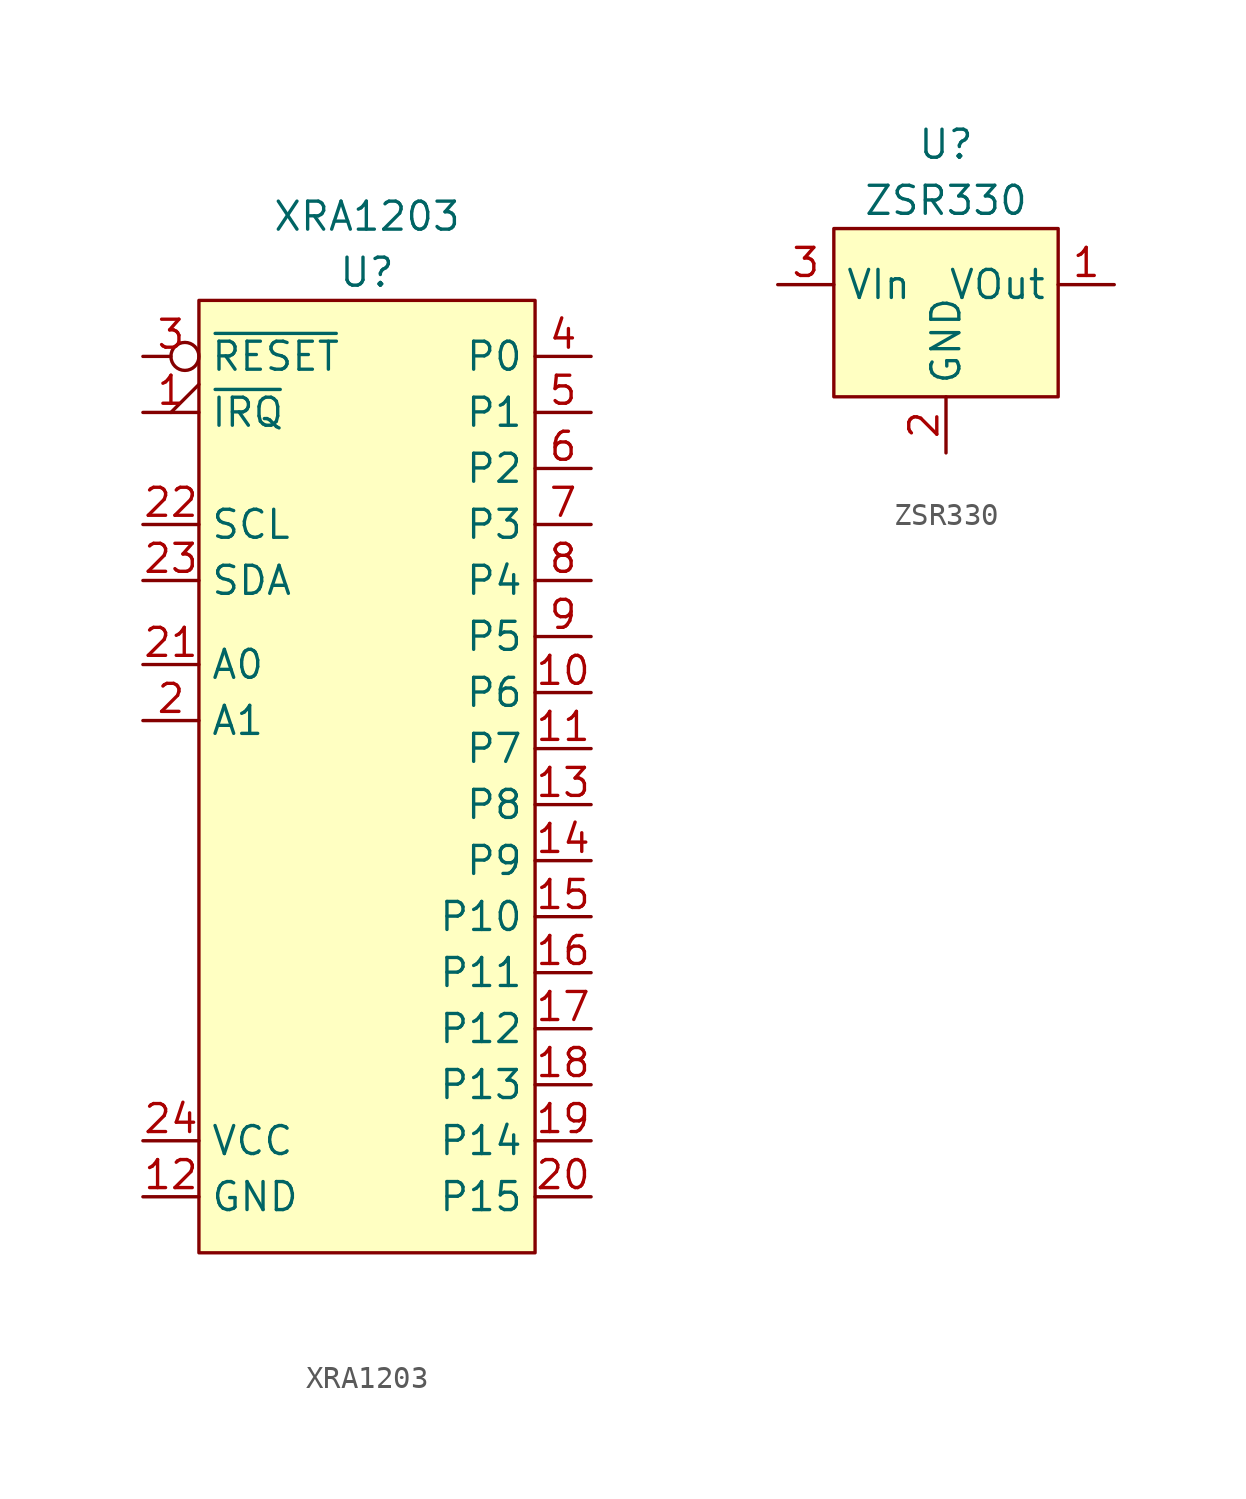
<source format=kicad_sym>
(kicad_symbol_lib
  (version 20211014)
  (generator kicad_symbol_editor)
  (symbol "XRA1203"
    (property "Reference" "U"
      (at 0 1.27 0)
      (effects (font (size 1.27 1.27))))
    (property "Value" "XRA1203"
      (at 0 3.81 0)
      (effects (font (size 1.27 1.27))))
    (symbol "XRA1203_0_1"
      (rectangle (start -7.62 0) (end 7.62 -43.18) (stroke (width 0) (type default) (color 0 0 0 0)) (fill (type background))))
    (symbol "XRA1203_1_1"
      (pin output output_low (at -10.16 -5.08 0) (length 2.54) (name "~{IRQ}" (effects (font (size 1.27 1.27)))) (number "1" (effects (font (size 1.27 1.27)))))
      (pin bidirectional line (at 10.16 -17.78 180) (length 2.54) (name "P6" (effects (font (size 1.27 1.27)))) (number "10" (effects (font (size 1.27 1.27)))))
      (pin bidirectional line (at 10.16 -20.32 180) (length 2.54) (name "P7" (effects (font (size 1.27 1.27)))) (number "11" (effects (font (size 1.27 1.27)))))
      (pin power_in line (at -10.16 -40.64 0) (length 2.54) (name "GND" (effects (font (size 1.27 1.27)))) (number "12" (effects (font (size 1.27 1.27)))))
      (pin bidirectional line (at 10.16 -22.86 180) (length 2.54) (name "P8" (effects (font (size 1.27 1.27)))) (number "13" (effects (font (size 1.27 1.27)))))
      (pin bidirectional line (at 10.16 -25.4 180) (length 2.54) (name "P9" (effects (font (size 1.27 1.27)))) (number "14" (effects (font (size 1.27 1.27)))))
      (pin bidirectional line (at 10.16 -27.94 180) (length 2.54) (name "P10" (effects (font (size 1.27 1.27)))) (number "15" (effects (font (size 1.27 1.27)))))
      (pin bidirectional line (at 10.16 -30.48 180) (length 2.54) (name "P11" (effects (font (size 1.27 1.27)))) (number "16" (effects (font (size 1.27 1.27)))))
      (pin bidirectional line (at 10.16 -33.02 180) (length 2.54) (name "P12" (effects (font (size 1.27 1.27)))) (number "17" (effects (font (size 1.27 1.27)))))
      (pin bidirectional line (at 10.16 -35.56 180) (length 2.54) (name "P13" (effects (font (size 1.27 1.27)))) (number "18" (effects (font (size 1.27 1.27)))))
      (pin bidirectional line (at 10.16 -38.1 180) (length 2.54) (name "P14" (effects (font (size 1.27 1.27)))) (number "19" (effects (font (size 1.27 1.27)))))
      (pin input line (at -10.16 -19.05 0) (length 2.54) (name "A1" (effects (font (size 1.27 1.27)))) (number "2" (effects (font (size 1.27 1.27)))))
      (pin bidirectional line (at 10.16 -40.64 180) (length 2.54) (name "P15" (effects (font (size 1.27 1.27)))) (number "20" (effects (font (size 1.27 1.27)))))
      (pin input line (at -10.16 -16.51 0) (length 2.54) (name "A0" (effects (font (size 1.27 1.27)))) (number "21" (effects (font (size 1.27 1.27)))))
      (pin bidirectional line (at -10.16 -10.16 0) (length 2.54) (name "SCL" (effects (font (size 1.27 1.27)))) (number "22" (effects (font (size 1.27 1.27)))))
      (pin bidirectional line (at -10.16 -12.7 0) (length 2.54) (name "SDA" (effects (font (size 1.27 1.27)))) (number "23" (effects (font (size 1.27 1.27)))))
      (pin power_in line (at -10.16 -38.1 0) (length 2.54) (name "VCC" (effects (font (size 1.27 1.27)))) (number "24" (effects (font (size 1.27 1.27)))))
      (pin input inverted (at -10.16 -2.54 0) (length 2.54) (name "~{RESET}" (effects (font (size 1.27 1.27)))) (number "3" (effects (font (size 1.27 1.27)))))
      (pin bidirectional line (at 10.16 -2.54 180) (length 2.54) (name "P0" (effects (font (size 1.27 1.27)))) (number "4" (effects (font (size 1.27 1.27)))))
      (pin bidirectional line (at 10.16 -5.08 180) (length 2.54) (name "P1" (effects (font (size 1.27 1.27)))) (number "5" (effects (font (size 1.27 1.27)))))
      (pin bidirectional line (at 10.16 -7.62 180) (length 2.54) (name "P2" (effects (font (size 1.27 1.27)))) (number "6" (effects (font (size 1.27 1.27)))))
      (pin bidirectional line (at 10.16 -10.16 180) (length 2.54) (name "P3" (effects (font (size 1.27 1.27)))) (number "7" (effects (font (size 1.27 1.27)))))
      (pin bidirectional line (at 10.16 -12.7 180) (length 2.54) (name "P4" (effects (font (size 1.27 1.27)))) (number "8" (effects (font (size 1.27 1.27)))))
      (pin bidirectional line (at 10.16 -15.24 180) (length 2.54) (name "P5" (effects (font (size 1.27 1.27)))) (number "9" (effects (font (size 1.27 1.27)))))))
  (symbol "ZSR330"
    (property "Reference" "U"
      (at 0 3.81 0)
      (effects (font (size 1.27 1.27))))
    (property "Value" "ZSR330"
      (at 0 1.27 0)
      (effects (font (size 1.27 1.27))))
    (symbol "ZSR330_0_1"
      (rectangle (start -5.08 0) (end 5.08 -7.62) (stroke (width 0) (type default) (color 0 0 0 0)) (fill (type background))))
    (symbol "ZSR330_1_1"
      (pin power_out line (at 7.62 -2.54 180) (length 2.54) (name "VOut" (effects (font (size 1.27 1.27)))) (number "1" (effects (font (size 1.27 1.27)))))
      (pin power_in line (at 0 -10.16 90) (length 2.54) (name "GND" (effects (font (size 1.27 1.27)))) (number "2" (effects (font (size 1.27 1.27)))))
      (pin power_in line (at -7.62 -2.54 0) (length 2.54) (name "VIn" (effects (font (size 1.27 1.27)))) (number "3" (effects (font (size 1.27 1.27))))))))
</source>
